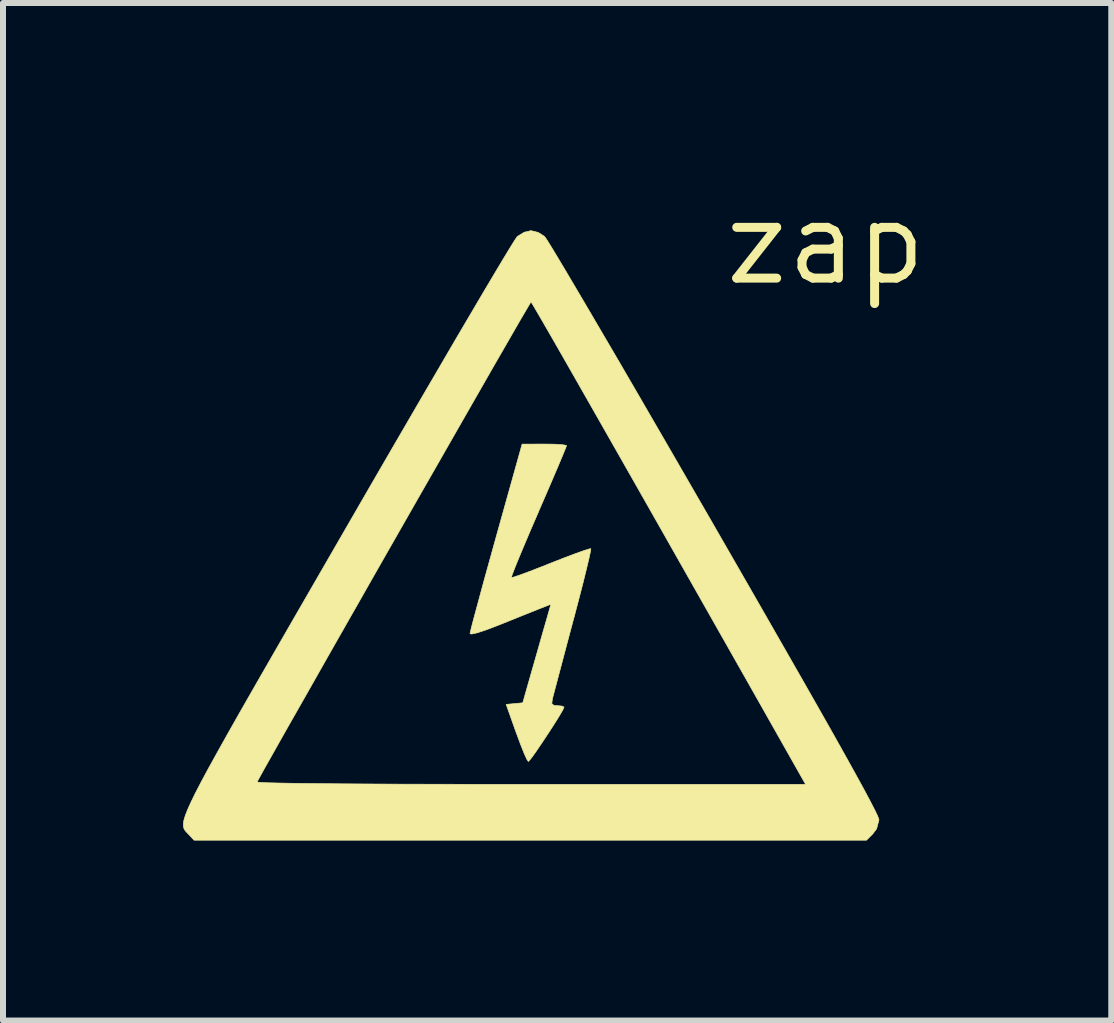
<source format=kicad_pcb>
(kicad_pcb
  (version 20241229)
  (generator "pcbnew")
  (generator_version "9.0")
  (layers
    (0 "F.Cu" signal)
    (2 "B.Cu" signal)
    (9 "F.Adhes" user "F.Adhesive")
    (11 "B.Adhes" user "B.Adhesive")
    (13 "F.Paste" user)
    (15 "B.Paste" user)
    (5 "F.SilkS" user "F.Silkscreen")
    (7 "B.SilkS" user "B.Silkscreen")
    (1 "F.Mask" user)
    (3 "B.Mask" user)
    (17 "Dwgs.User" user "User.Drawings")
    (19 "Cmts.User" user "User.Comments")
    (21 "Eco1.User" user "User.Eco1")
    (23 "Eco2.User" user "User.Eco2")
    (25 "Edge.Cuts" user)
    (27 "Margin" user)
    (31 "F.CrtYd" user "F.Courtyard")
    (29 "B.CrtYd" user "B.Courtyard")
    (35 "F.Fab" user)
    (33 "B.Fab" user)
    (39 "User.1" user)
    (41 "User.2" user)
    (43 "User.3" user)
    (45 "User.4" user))
  (footprint "zap"
    (layer "F.Cu")
    (at 10.711 1.006)
    (property "Reference" "zap" (at 0 0 0) (layer "F.SilkS") (effects (font (size 1.27 1.27) (thickness 0.15))))
    (attr through_hole)
    (fp_poly (pts (xy -4.523 3.347) (xy -4.396 3.355) (xy -4.326 3.366) (xy -4.318 3.371) (xy -4.334 3.415) (xy -4.38 3.527) (xy -4.451 3.696) (xy -4.543 3.912) (xy -4.652 4.165) (xy -4.773 4.444) (xy -4.786 4.476) (xy -4.908 4.757) (xy -5.016 5.012) (xy -5.108 5.231) (xy -5.178 5.403) (xy -5.223 5.52) (xy -5.239 5.57) (xy -5.238 5.571) (xy -5.196 5.561) (xy -5.088 5.525) (xy -4.929 5.466) (xy -4.731 5.389) (xy -4.578 5.328) (xy -4.361 5.243) (xy -4.173 5.172) (xy -4.027 5.12) (xy -3.937 5.092) (xy -3.913 5.089) (xy -3.919 5.134) (xy -3.944 5.25) (xy -3.986 5.426) (xy -4.042 5.654) (xy -4.111 5.921) (xy -4.189 6.218) (xy -4.209 6.291) (xy -4.291 6.599) (xy -4.367 6.886) (xy -4.434 7.139) (xy -4.489 7.347) (xy -4.529 7.498) (xy -4.551 7.582) (xy -4.553 7.588) (xy -4.564 7.671) (xy -4.528 7.701) (xy -4.471 7.705) (xy -4.389 7.713) (xy -4.36 7.731) (xy -4.382 7.78) (xy -4.44 7.879) (xy -4.524 8.014) (xy -4.623 8.167) (xy -4.725 8.321) (xy -4.82 8.461) (xy -4.897 8.569) (xy -4.946 8.629) (xy -4.955 8.636) (xy -4.981 8.599) (xy -5.027 8.496) (xy -5.087 8.345) (xy -5.155 8.161) (xy -5.156 8.16) (xy -5.325 7.684) (xy -5.187 7.671) (xy -5.048 7.658) (xy -4.895 7.12) (xy -4.828 6.887) (xy -4.762 6.654) (xy -4.703 6.447) (xy -4.66 6.299) (xy -4.579 6.015) (xy -4.777 6.093) (xy -4.896 6.141) (xy -5.07 6.21) (xy -5.273 6.292) (xy -5.45 6.363) (xy -5.651 6.44) (xy -5.804 6.491) (xy -5.9 6.512) (xy -5.928 6.505) (xy -5.917 6.455) (xy -5.886 6.332) (xy -5.836 6.146) (xy -5.771 5.906) (xy -5.694 5.621) (xy -5.605 5.301) (xy -5.509 4.955) (xy -5.494 4.901) (xy -5.059 3.346) (xy -4.688 3.345) (xy -4.523 3.347)) (stroke (width 0.01) (type solid)) (fill yes) (layer "F.SilkS"))
    (fp_poly (pts (xy -4.79 -0.182) (xy -4.686 -0.116) (xy -4.652 -0.069) (xy -4.579 0.048) (xy -4.469 0.23) (xy -4.325 0.471) (xy -4.149 0.769) (xy -3.944 1.117) (xy -3.712 1.513) (xy -3.456 1.95) (xy -3.179 2.426) (xy -2.884 2.935) (xy -2.572 3.473) (xy -2.247 4.036) (xy -1.91 4.619) (xy -1.847 4.729) (xy -1.417 5.476) (xy -1.029 6.152) (xy -0.681 6.76) (xy -0.371 7.302) (xy -0.099 7.78) (xy 0.137 8.197) (xy 0.338 8.556) (xy 0.505 8.857) (xy 0.641 9.105) (xy 0.745 9.301) (xy 0.821 9.448) (xy 0.868 9.547) (xy 0.888 9.602) (xy 0.889 9.61) (xy 0.85 9.758) (xy 0.785 9.844) (xy 0.681 9.948) (xy -10.526 9.948) (xy -10.618 9.85) (xy -10.647 9.82) (xy -10.672 9.792) (xy -10.692 9.762) (xy -10.703 9.725) (xy -10.706 9.678) (xy -10.697 9.618) (xy -10.674 9.541) (xy -10.636 9.442) (xy -10.58 9.318) (xy -10.506 9.165) (xy -10.409 8.979) (xy -10.408 8.977) (xy -9.476 8.977) (xy -9.436 8.984) (xy -9.315 8.99) (xy -9.114 8.995) (xy -8.838 9) (xy -8.488 9.004) (xy -8.067 9.008) (xy -7.579 9.011) (xy -7.026 9.014) (xy -6.411 9.015) (xy -5.737 9.017) (xy -5.006 9.017) (xy -4.912 9.017) (xy -0.334 9.017) (xy -0.474 8.77) (xy -0.997 7.845) (xy -1.492 6.971) (xy -1.957 6.151) (xy -2.392 5.384) (xy -2.795 4.673) (xy -3.166 4.02) (xy -3.504 3.426) (xy -3.808 2.892) (xy -4.077 2.42) (xy -4.31 2.012) (xy -4.506 1.669) (xy -4.665 1.393) (xy -4.785 1.186) (xy -4.866 1.048) (xy -4.906 0.982) (xy -4.911 0.976) (xy -4.933 1.012) (xy -4.994 1.116) (xy -5.091 1.281) (xy -5.219 1.503) (xy -5.376 1.776) (xy -5.559 2.093) (xy -5.763 2.45) (xy -5.986 2.839) (xy -6.225 3.257) (xy -6.476 3.696) (xy -6.736 4.15) (xy -7.002 4.616) (xy -7.27 5.085) (xy -7.537 5.553) (xy -7.799 6.014) (xy -8.055 6.463) (xy -8.299 6.892) (xy -8.529 7.298) (xy -8.742 7.673) (xy -8.935 8.012) (xy -9.103 8.309) (xy -9.244 8.56) (xy -9.355 8.756) (xy -9.431 8.894) (xy -9.471 8.967) (xy -9.476 8.977) (xy -10.408 8.977) (xy -10.29 8.757) (xy -10.145 8.495) (xy -9.974 8.189) (xy -9.773 7.834) (xy -9.541 7.428) (xy -9.276 6.967) (xy -8.976 6.446) (xy -8.639 5.862) (xy -8.263 5.211) (xy -7.976 4.714) (xy -7.638 4.129) (xy -7.31 3.563) (xy -6.995 3.021) (xy -6.696 2.507) (xy -6.415 2.026) (xy -6.156 1.582) (xy -5.919 1.18) (xy -5.709 0.823) (xy -5.527 0.517) (xy -5.377 0.266) (xy -5.261 0.075) (xy -5.181 -0.054) (xy -5.14 -0.113) (xy -5.137 -0.116) (xy -5.025 -0.185) (xy -4.911 -0.212) (xy -4.79 -0.182)) (stroke (width 0.01) (type solid)) (fill yes) (layer "F.SilkS")))
  (gr_rect
    (start -3 -3)
    (end 15.472 13.96)
    (stroke (width 0.1) (type default))
    (fill no)
    (layer "Edge.Cuts")))
</source>
